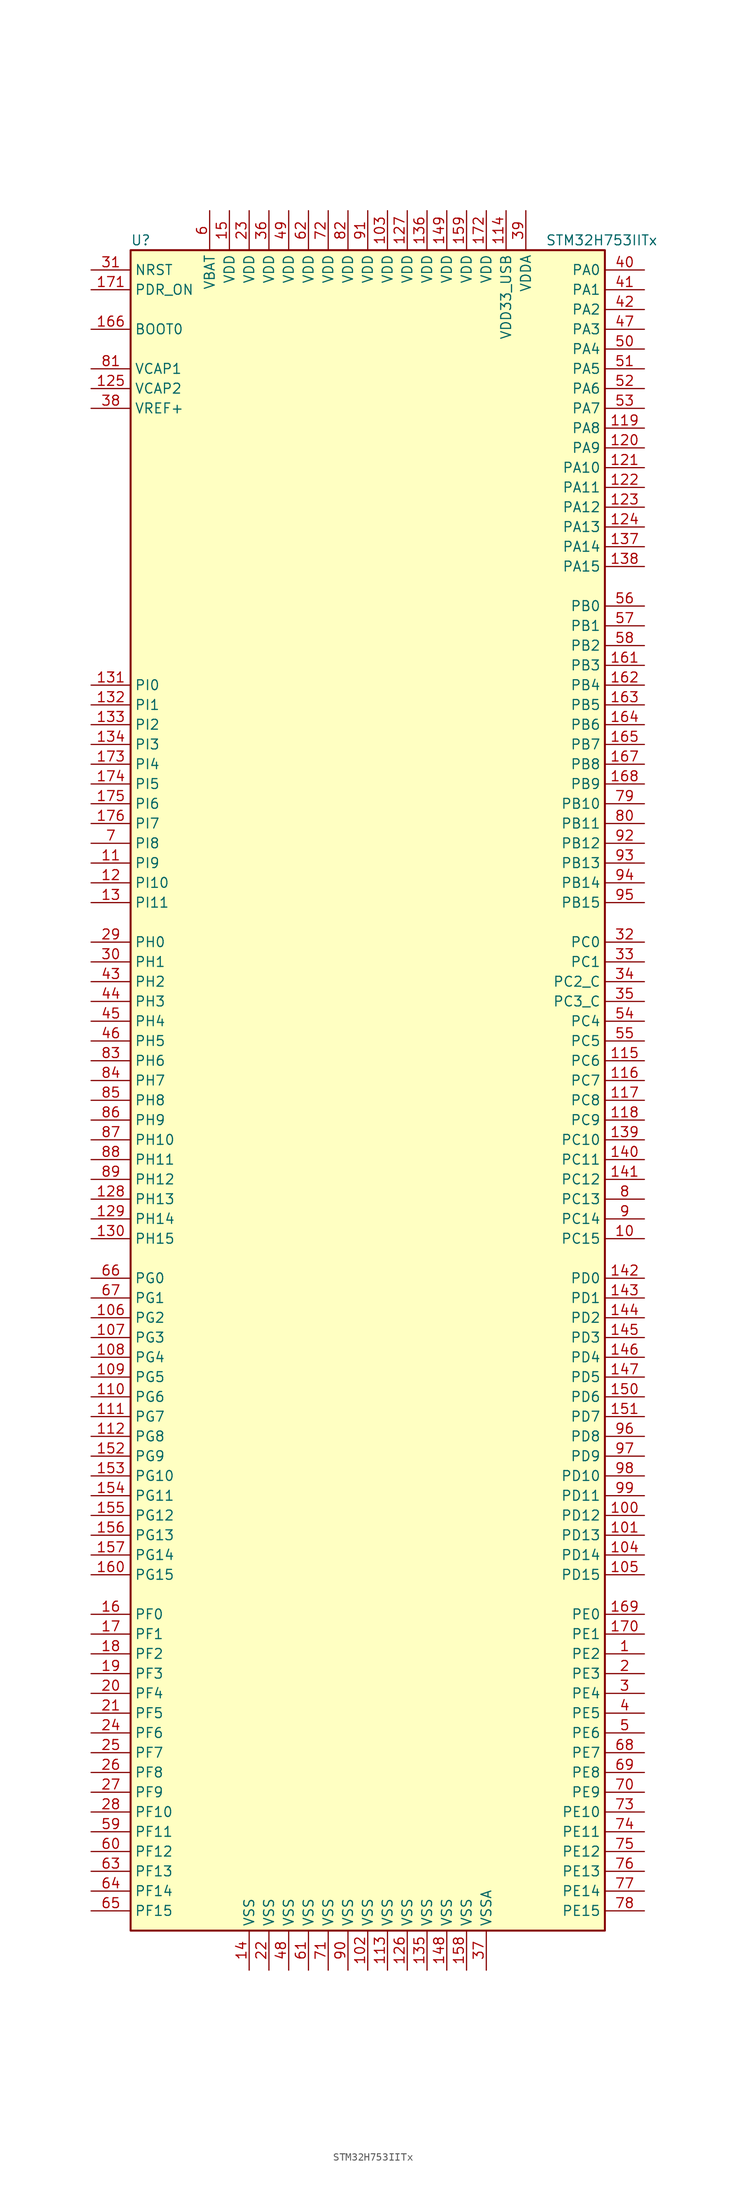
<source format=kicad_sym>
(kicad_symbol_lib
  (version 20201005)
  (generator kicad_symbol_editor)
  (symbol "MCU_ST_STM32H7:STM32H753IITx"
    (property "Reference" "U"
      (at -30.48 107.95 0)
      (effects (font (size 1.27 1.27)) (justify left)))
    (property "Value" "STM32H753IITx"
      (at 22.86 107.95 0)
      (effects (font (size 1.27 1.27)) (justify left)))
    (symbol "STM32H753IITx_0_1"
      (rectangle (start -30.48 -109.22) (end 30.48 106.68) (stroke (width 0.254)) (fill (type background))))
    (symbol "STM32H753IITx_1_1"
      (pin input line (at -35.56 96.52 0) (length 5.08) (name "BOOT0" (effects (font (size 1.27 1.27)))) (number "166" (effects (font (size 1.27 1.27)))))
      (pin input line (at -35.56 104.14 0) (length 5.08) (name "NRST" (effects (font (size 1.27 1.27)))) (number "31" (effects (font (size 1.27 1.27)))))
      (pin bidirectional line (at 35.56 104.14 180) (length 5.08) (name "PA0" (effects (font (size 1.27 1.27)))) (number "40" (effects (font (size 1.27 1.27)))))
      (pin bidirectional line (at 35.56 101.6 180) (length 5.08) (name "PA1" (effects (font (size 1.27 1.27)))) (number "41" (effects (font (size 1.27 1.27)))))
      (pin bidirectional line (at 35.56 78.74 180) (length 5.08) (name "PA10" (effects (font (size 1.27 1.27)))) (number "121" (effects (font (size 1.27 1.27)))))
      (pin bidirectional line (at 35.56 76.2 180) (length 5.08) (name "PA11" (effects (font (size 1.27 1.27)))) (number "122" (effects (font (size 1.27 1.27)))))
      (pin bidirectional line (at 35.56 73.66 180) (length 5.08) (name "PA12" (effects (font (size 1.27 1.27)))) (number "123" (effects (font (size 1.27 1.27)))))
      (pin bidirectional line (at 35.56 71.12 180) (length 5.08) (name "PA13" (effects (font (size 1.27 1.27)))) (number "124" (effects (font (size 1.27 1.27)))))
      (pin bidirectional line (at 35.56 68.58 180) (length 5.08) (name "PA14" (effects (font (size 1.27 1.27)))) (number "137" (effects (font (size 1.27 1.27)))))
      (pin bidirectional line (at 35.56 66.04 180) (length 5.08) (name "PA15" (effects (font (size 1.27 1.27)))) (number "138" (effects (font (size 1.27 1.27)))))
      (pin bidirectional line (at 35.56 99.06 180) (length 5.08) (name "PA2" (effects (font (size 1.27 1.27)))) (number "42" (effects (font (size 1.27 1.27)))))
      (pin bidirectional line (at 35.56 96.52 180) (length 5.08) (name "PA3" (effects (font (size 1.27 1.27)))) (number "47" (effects (font (size 1.27 1.27)))))
      (pin bidirectional line (at 35.56 93.98 180) (length 5.08) (name "PA4" (effects (font (size 1.27 1.27)))) (number "50" (effects (font (size 1.27 1.27)))))
      (pin bidirectional line (at 35.56 91.44 180) (length 5.08) (name "PA5" (effects (font (size 1.27 1.27)))) (number "51" (effects (font (size 1.27 1.27)))))
      (pin bidirectional line (at 35.56 88.9 180) (length 5.08) (name "PA6" (effects (font (size 1.27 1.27)))) (number "52" (effects (font (size 1.27 1.27)))))
      (pin bidirectional line (at 35.56 86.36 180) (length 5.08) (name "PA7" (effects (font (size 1.27 1.27)))) (number "53" (effects (font (size 1.27 1.27)))))
      (pin bidirectional line (at 35.56 83.82 180) (length 5.08) (name "PA8" (effects (font (size 1.27 1.27)))) (number "119" (effects (font (size 1.27 1.27)))))
      (pin bidirectional line (at 35.56 81.28 180) (length 5.08) (name "PA9" (effects (font (size 1.27 1.27)))) (number "120" (effects (font (size 1.27 1.27)))))
      (pin bidirectional line (at 35.56 60.96 180) (length 5.08) (name "PB0" (effects (font (size 1.27 1.27)))) (number "56" (effects (font (size 1.27 1.27)))))
      (pin bidirectional line (at 35.56 58.42 180) (length 5.08) (name "PB1" (effects (font (size 1.27 1.27)))) (number "57" (effects (font (size 1.27 1.27)))))
      (pin bidirectional line (at 35.56 35.56 180) (length 5.08) (name "PB10" (effects (font (size 1.27 1.27)))) (number "79" (effects (font (size 1.27 1.27)))))
      (pin bidirectional line (at 35.56 33.02 180) (length 5.08) (name "PB11" (effects (font (size 1.27 1.27)))) (number "80" (effects (font (size 1.27 1.27)))))
      (pin bidirectional line (at 35.56 30.48 180) (length 5.08) (name "PB12" (effects (font (size 1.27 1.27)))) (number "92" (effects (font (size 1.27 1.27)))))
      (pin bidirectional line (at 35.56 27.94 180) (length 5.08) (name "PB13" (effects (font (size 1.27 1.27)))) (number "93" (effects (font (size 1.27 1.27)))))
      (pin bidirectional line (at 35.56 25.4 180) (length 5.08) (name "PB14" (effects (font (size 1.27 1.27)))) (number "94" (effects (font (size 1.27 1.27)))))
      (pin bidirectional line (at 35.56 22.86 180) (length 5.08) (name "PB15" (effects (font (size 1.27 1.27)))) (number "95" (effects (font (size 1.27 1.27)))))
      (pin bidirectional line (at 35.56 55.88 180) (length 5.08) (name "PB2" (effects (font (size 1.27 1.27)))) (number "58" (effects (font (size 1.27 1.27)))))
      (pin bidirectional line (at 35.56 53.34 180) (length 5.08) (name "PB3" (effects (font (size 1.27 1.27)))) (number "161" (effects (font (size 1.27 1.27)))))
      (pin bidirectional line (at 35.56 50.8 180) (length 5.08) (name "PB4" (effects (font (size 1.27 1.27)))) (number "162" (effects (font (size 1.27 1.27)))))
      (pin bidirectional line (at 35.56 48.26 180) (length 5.08) (name "PB5" (effects (font (size 1.27 1.27)))) (number "163" (effects (font (size 1.27 1.27)))))
      (pin bidirectional line (at 35.56 45.72 180) (length 5.08) (name "PB6" (effects (font (size 1.27 1.27)))) (number "164" (effects (font (size 1.27 1.27)))))
      (pin bidirectional line (at 35.56 43.18 180) (length 5.08) (name "PB7" (effects (font (size 1.27 1.27)))) (number "165" (effects (font (size 1.27 1.27)))))
      (pin bidirectional line (at 35.56 40.64 180) (length 5.08) (name "PB8" (effects (font (size 1.27 1.27)))) (number "167" (effects (font (size 1.27 1.27)))))
      (pin bidirectional line (at 35.56 38.1 180) (length 5.08) (name "PB9" (effects (font (size 1.27 1.27)))) (number "168" (effects (font (size 1.27 1.27)))))
      (pin bidirectional line (at 35.56 17.78 180) (length 5.08) (name "PC0" (effects (font (size 1.27 1.27)))) (number "32" (effects (font (size 1.27 1.27)))))
      (pin bidirectional line (at 35.56 15.24 180) (length 5.08) (name "PC1" (effects (font (size 1.27 1.27)))) (number "33" (effects (font (size 1.27 1.27)))))
      (pin bidirectional line (at 35.56 -7.62 180) (length 5.08) (name "PC10" (effects (font (size 1.27 1.27)))) (number "139" (effects (font (size 1.27 1.27)))))
      (pin bidirectional line (at 35.56 -10.16 180) (length 5.08) (name "PC11" (effects (font (size 1.27 1.27)))) (number "140" (effects (font (size 1.27 1.27)))))
      (pin bidirectional line (at 35.56 -12.7 180) (length 5.08) (name "PC12" (effects (font (size 1.27 1.27)))) (number "141" (effects (font (size 1.27 1.27)))))
      (pin bidirectional line (at 35.56 -15.24 180) (length 5.08) (name "PC13" (effects (font (size 1.27 1.27)))) (number "8" (effects (font (size 1.27 1.27)))))
      (pin bidirectional line (at 35.56 -17.78 180) (length 5.08) (name "PC14" (effects (font (size 1.27 1.27)))) (number "9" (effects (font (size 1.27 1.27)))))
      (pin bidirectional line (at 35.56 -20.32 180) (length 5.08) (name "PC15" (effects (font (size 1.27 1.27)))) (number "10" (effects (font (size 1.27 1.27)))))
      (pin bidirectional line (at 35.56 12.7 180) (length 5.08) (name "PC2_C" (effects (font (size 1.27 1.27)))) (number "34" (effects (font (size 1.27 1.27)))))
      (pin bidirectional line (at 35.56 10.16 180) (length 5.08) (name "PC3_C" (effects (font (size 1.27 1.27)))) (number "35" (effects (font (size 1.27 1.27)))))
      (pin bidirectional line (at 35.56 7.62 180) (length 5.08) (name "PC4" (effects (font (size 1.27 1.27)))) (number "54" (effects (font (size 1.27 1.27)))))
      (pin bidirectional line (at 35.56 5.08 180) (length 5.08) (name "PC5" (effects (font (size 1.27 1.27)))) (number "55" (effects (font (size 1.27 1.27)))))
      (pin bidirectional line (at 35.56 2.54 180) (length 5.08) (name "PC6" (effects (font (size 1.27 1.27)))) (number "115" (effects (font (size 1.27 1.27)))))
      (pin bidirectional line (at 35.56 0 180) (length 5.08) (name "PC7" (effects (font (size 1.27 1.27)))) (number "116" (effects (font (size 1.27 1.27)))))
      (pin bidirectional line (at 35.56 -2.54 180) (length 5.08) (name "PC8" (effects (font (size 1.27 1.27)))) (number "117" (effects (font (size 1.27 1.27)))))
      (pin bidirectional line (at 35.56 -5.08 180) (length 5.08) (name "PC9" (effects (font (size 1.27 1.27)))) (number "118" (effects (font (size 1.27 1.27)))))
      (pin bidirectional line (at 35.56 -25.4 180) (length 5.08) (name "PD0" (effects (font (size 1.27 1.27)))) (number "142" (effects (font (size 1.27 1.27)))))
      (pin bidirectional line (at 35.56 -27.94 180) (length 5.08) (name "PD1" (effects (font (size 1.27 1.27)))) (number "143" (effects (font (size 1.27 1.27)))))
      (pin bidirectional line (at 35.56 -50.8 180) (length 5.08) (name "PD10" (effects (font (size 1.27 1.27)))) (number "98" (effects (font (size 1.27 1.27)))))
      (pin bidirectional line (at 35.56 -53.34 180) (length 5.08) (name "PD11" (effects (font (size 1.27 1.27)))) (number "99" (effects (font (size 1.27 1.27)))))
      (pin bidirectional line (at 35.56 -55.88 180) (length 5.08) (name "PD12" (effects (font (size 1.27 1.27)))) (number "100" (effects (font (size 1.27 1.27)))))
      (pin bidirectional line (at 35.56 -58.42 180) (length 5.08) (name "PD13" (effects (font (size 1.27 1.27)))) (number "101" (effects (font (size 1.27 1.27)))))
      (pin bidirectional line (at 35.56 -60.96 180) (length 5.08) (name "PD14" (effects (font (size 1.27 1.27)))) (number "104" (effects (font (size 1.27 1.27)))))
      (pin bidirectional line (at 35.56 -63.5 180) (length 5.08) (name "PD15" (effects (font (size 1.27 1.27)))) (number "105" (effects (font (size 1.27 1.27)))))
      (pin bidirectional line (at 35.56 -30.48 180) (length 5.08) (name "PD2" (effects (font (size 1.27 1.27)))) (number "144" (effects (font (size 1.27 1.27)))))
      (pin bidirectional line (at 35.56 -33.02 180) (length 5.08) (name "PD3" (effects (font (size 1.27 1.27)))) (number "145" (effects (font (size 1.27 1.27)))))
      (pin bidirectional line (at 35.56 -35.56 180) (length 5.08) (name "PD4" (effects (font (size 1.27 1.27)))) (number "146" (effects (font (size 1.27 1.27)))))
      (pin bidirectional line (at 35.56 -38.1 180) (length 5.08) (name "PD5" (effects (font (size 1.27 1.27)))) (number "147" (effects (font (size 1.27 1.27)))))
      (pin bidirectional line (at 35.56 -40.64 180) (length 5.08) (name "PD6" (effects (font (size 1.27 1.27)))) (number "150" (effects (font (size 1.27 1.27)))))
      (pin bidirectional line (at 35.56 -43.18 180) (length 5.08) (name "PD7" (effects (font (size 1.27 1.27)))) (number "151" (effects (font (size 1.27 1.27)))))
      (pin bidirectional line (at 35.56 -45.72 180) (length 5.08) (name "PD8" (effects (font (size 1.27 1.27)))) (number "96" (effects (font (size 1.27 1.27)))))
      (pin bidirectional line (at 35.56 -48.26 180) (length 5.08) (name "PD9" (effects (font (size 1.27 1.27)))) (number "97" (effects (font (size 1.27 1.27)))))
      (pin input line (at -35.56 101.6 0) (length 5.08) (name "PDR_ON" (effects (font (size 1.27 1.27)))) (number "171" (effects (font (size 1.27 1.27)))))
      (pin bidirectional line (at 35.56 -68.58 180) (length 5.08) (name "PE0" (effects (font (size 1.27 1.27)))) (number "169" (effects (font (size 1.27 1.27)))))
      (pin bidirectional line (at 35.56 -71.12 180) (length 5.08) (name "PE1" (effects (font (size 1.27 1.27)))) (number "170" (effects (font (size 1.27 1.27)))))
      (pin bidirectional line (at 35.56 -93.98 180) (length 5.08) (name "PE10" (effects (font (size 1.27 1.27)))) (number "73" (effects (font (size 1.27 1.27)))))
      (pin bidirectional line (at 35.56 -96.52 180) (length 5.08) (name "PE11" (effects (font (size 1.27 1.27)))) (number "74" (effects (font (size 1.27 1.27)))))
      (pin bidirectional line (at 35.56 -99.06 180) (length 5.08) (name "PE12" (effects (font (size 1.27 1.27)))) (number "75" (effects (font (size 1.27 1.27)))))
      (pin bidirectional line (at 35.56 -101.6 180) (length 5.08) (name "PE13" (effects (font (size 1.27 1.27)))) (number "76" (effects (font (size 1.27 1.27)))))
      (pin bidirectional line (at 35.56 -104.14 180) (length 5.08) (name "PE14" (effects (font (size 1.27 1.27)))) (number "77" (effects (font (size 1.27 1.27)))))
      (pin bidirectional line (at 35.56 -106.68 180) (length 5.08) (name "PE15" (effects (font (size 1.27 1.27)))) (number "78" (effects (font (size 1.27 1.27)))))
      (pin bidirectional line (at 35.56 -73.66 180) (length 5.08) (name "PE2" (effects (font (size 1.27 1.27)))) (number "1" (effects (font (size 1.27 1.27)))))
      (pin bidirectional line (at 35.56 -76.2 180) (length 5.08) (name "PE3" (effects (font (size 1.27 1.27)))) (number "2" (effects (font (size 1.27 1.27)))))
      (pin bidirectional line (at 35.56 -78.74 180) (length 5.08) (name "PE4" (effects (font (size 1.27 1.27)))) (number "3" (effects (font (size 1.27 1.27)))))
      (pin bidirectional line (at 35.56 -81.28 180) (length 5.08) (name "PE5" (effects (font (size 1.27 1.27)))) (number "4" (effects (font (size 1.27 1.27)))))
      (pin bidirectional line (at 35.56 -83.82 180) (length 5.08) (name "PE6" (effects (font (size 1.27 1.27)))) (number "5" (effects (font (size 1.27 1.27)))))
      (pin bidirectional line (at 35.56 -86.36 180) (length 5.08) (name "PE7" (effects (font (size 1.27 1.27)))) (number "68" (effects (font (size 1.27 1.27)))))
      (pin bidirectional line (at 35.56 -88.9 180) (length 5.08) (name "PE8" (effects (font (size 1.27 1.27)))) (number "69" (effects (font (size 1.27 1.27)))))
      (pin bidirectional line (at 35.56 -91.44 180) (length 5.08) (name "PE9" (effects (font (size 1.27 1.27)))) (number "70" (effects (font (size 1.27 1.27)))))
      (pin bidirectional line (at -35.56 -68.58 0) (length 5.08) (name "PF0" (effects (font (size 1.27 1.27)))) (number "16" (effects (font (size 1.27 1.27)))))
      (pin bidirectional line (at -35.56 -71.12 0) (length 5.08) (name "PF1" (effects (font (size 1.27 1.27)))) (number "17" (effects (font (size 1.27 1.27)))))
      (pin bidirectional line (at -35.56 -93.98 0) (length 5.08) (name "PF10" (effects (font (size 1.27 1.27)))) (number "28" (effects (font (size 1.27 1.27)))))
      (pin bidirectional line (at -35.56 -96.52 0) (length 5.08) (name "PF11" (effects (font (size 1.27 1.27)))) (number "59" (effects (font (size 1.27 1.27)))))
      (pin bidirectional line (at -35.56 -99.06 0) (length 5.08) (name "PF12" (effects (font (size 1.27 1.27)))) (number "60" (effects (font (size 1.27 1.27)))))
      (pin bidirectional line (at -35.56 -101.6 0) (length 5.08) (name "PF13" (effects (font (size 1.27 1.27)))) (number "63" (effects (font (size 1.27 1.27)))))
      (pin bidirectional line (at -35.56 -104.14 0) (length 5.08) (name "PF14" (effects (font (size 1.27 1.27)))) (number "64" (effects (font (size 1.27 1.27)))))
      (pin bidirectional line (at -35.56 -106.68 0) (length 5.08) (name "PF15" (effects (font (size 1.27 1.27)))) (number "65" (effects (font (size 1.27 1.27)))))
      (pin bidirectional line (at -35.56 -73.66 0) (length 5.08) (name "PF2" (effects (font (size 1.27 1.27)))) (number "18" (effects (font (size 1.27 1.27)))))
      (pin bidirectional line (at -35.56 -76.2 0) (length 5.08) (name "PF3" (effects (font (size 1.27 1.27)))) (number "19" (effects (font (size 1.27 1.27)))))
      (pin bidirectional line (at -35.56 -78.74 0) (length 5.08) (name "PF4" (effects (font (size 1.27 1.27)))) (number "20" (effects (font (size 1.27 1.27)))))
      (pin bidirectional line (at -35.56 -81.28 0) (length 5.08) (name "PF5" (effects (font (size 1.27 1.27)))) (number "21" (effects (font (size 1.27 1.27)))))
      (pin bidirectional line (at -35.56 -83.82 0) (length 5.08) (name "PF6" (effects (font (size 1.27 1.27)))) (number "24" (effects (font (size 1.27 1.27)))))
      (pin bidirectional line (at -35.56 -86.36 0) (length 5.08) (name "PF7" (effects (font (size 1.27 1.27)))) (number "25" (effects (font (size 1.27 1.27)))))
      (pin bidirectional line (at -35.56 -88.9 0) (length 5.08) (name "PF8" (effects (font (size 1.27 1.27)))) (number "26" (effects (font (size 1.27 1.27)))))
      (pin bidirectional line (at -35.56 -91.44 0) (length 5.08) (name "PF9" (effects (font (size 1.27 1.27)))) (number "27" (effects (font (size 1.27 1.27)))))
      (pin bidirectional line (at -35.56 -25.4 0) (length 5.08) (name "PG0" (effects (font (size 1.27 1.27)))) (number "66" (effects (font (size 1.27 1.27)))))
      (pin bidirectional line (at -35.56 -27.94 0) (length 5.08) (name "PG1" (effects (font (size 1.27 1.27)))) (number "67" (effects (font (size 1.27 1.27)))))
      (pin bidirectional line (at -35.56 -50.8 0) (length 5.08) (name "PG10" (effects (font (size 1.27 1.27)))) (number "153" (effects (font (size 1.27 1.27)))))
      (pin bidirectional line (at -35.56 -53.34 0) (length 5.08) (name "PG11" (effects (font (size 1.27 1.27)))) (number "154" (effects (font (size 1.27 1.27)))))
      (pin bidirectional line (at -35.56 -55.88 0) (length 5.08) (name "PG12" (effects (font (size 1.27 1.27)))) (number "155" (effects (font (size 1.27 1.27)))))
      (pin bidirectional line (at -35.56 -58.42 0) (length 5.08) (name "PG13" (effects (font (size 1.27 1.27)))) (number "156" (effects (font (size 1.27 1.27)))))
      (pin bidirectional line (at -35.56 -60.96 0) (length 5.08) (name "PG14" (effects (font (size 1.27 1.27)))) (number "157" (effects (font (size 1.27 1.27)))))
      (pin bidirectional line (at -35.56 -63.5 0) (length 5.08) (name "PG15" (effects (font (size 1.27 1.27)))) (number "160" (effects (font (size 1.27 1.27)))))
      (pin bidirectional line (at -35.56 -30.48 0) (length 5.08) (name "PG2" (effects (font (size 1.27 1.27)))) (number "106" (effects (font (size 1.27 1.27)))))
      (pin bidirectional line (at -35.56 -33.02 0) (length 5.08) (name "PG3" (effects (font (size 1.27 1.27)))) (number "107" (effects (font (size 1.27 1.27)))))
      (pin bidirectional line (at -35.56 -35.56 0) (length 5.08) (name "PG4" (effects (font (size 1.27 1.27)))) (number "108" (effects (font (size 1.27 1.27)))))
      (pin bidirectional line (at -35.56 -38.1 0) (length 5.08) (name "PG5" (effects (font (size 1.27 1.27)))) (number "109" (effects (font (size 1.27 1.27)))))
      (pin bidirectional line (at -35.56 -40.64 0) (length 5.08) (name "PG6" (effects (font (size 1.27 1.27)))) (number "110" (effects (font (size 1.27 1.27)))))
      (pin bidirectional line (at -35.56 -43.18 0) (length 5.08) (name "PG7" (effects (font (size 1.27 1.27)))) (number "111" (effects (font (size 1.27 1.27)))))
      (pin bidirectional line (at -35.56 -45.72 0) (length 5.08) (name "PG8" (effects (font (size 1.27 1.27)))) (number "112" (effects (font (size 1.27 1.27)))))
      (pin bidirectional line (at -35.56 -48.26 0) (length 5.08) (name "PG9" (effects (font (size 1.27 1.27)))) (number "152" (effects (font (size 1.27 1.27)))))
      (pin input line (at -35.56 17.78 0) (length 5.08) (name "PH0" (effects (font (size 1.27 1.27)))) (number "29" (effects (font (size 1.27 1.27)))))
      (pin input line (at -35.56 15.24 0) (length 5.08) (name "PH1" (effects (font (size 1.27 1.27)))) (number "30" (effects (font (size 1.27 1.27)))))
      (pin bidirectional line (at -35.56 -7.62 0) (length 5.08) (name "PH10" (effects (font (size 1.27 1.27)))) (number "87" (effects (font (size 1.27 1.27)))))
      (pin bidirectional line (at -35.56 -10.16 0) (length 5.08) (name "PH11" (effects (font (size 1.27 1.27)))) (number "88" (effects (font (size 1.27 1.27)))))
      (pin bidirectional line (at -35.56 -12.7 0) (length 5.08) (name "PH12" (effects (font (size 1.27 1.27)))) (number "89" (effects (font (size 1.27 1.27)))))
      (pin bidirectional line (at -35.56 -15.24 0) (length 5.08) (name "PH13" (effects (font (size 1.27 1.27)))) (number "128" (effects (font (size 1.27 1.27)))))
      (pin bidirectional line (at -35.56 -17.78 0) (length 5.08) (name "PH14" (effects (font (size 1.27 1.27)))) (number "129" (effects (font (size 1.27 1.27)))))
      (pin bidirectional line (at -35.56 -20.32 0) (length 5.08) (name "PH15" (effects (font (size 1.27 1.27)))) (number "130" (effects (font (size 1.27 1.27)))))
      (pin bidirectional line (at -35.56 12.7 0) (length 5.08) (name "PH2" (effects (font (size 1.27 1.27)))) (number "43" (effects (font (size 1.27 1.27)))))
      (pin bidirectional line (at -35.56 10.16 0) (length 5.08) (name "PH3" (effects (font (size 1.27 1.27)))) (number "44" (effects (font (size 1.27 1.27)))))
      (pin bidirectional line (at -35.56 7.62 0) (length 5.08) (name "PH4" (effects (font (size 1.27 1.27)))) (number "45" (effects (font (size 1.27 1.27)))))
      (pin bidirectional line (at -35.56 5.08 0) (length 5.08) (name "PH5" (effects (font (size 1.27 1.27)))) (number "46" (effects (font (size 1.27 1.27)))))
      (pin bidirectional line (at -35.56 2.54 0) (length 5.08) (name "PH6" (effects (font (size 1.27 1.27)))) (number "83" (effects (font (size 1.27 1.27)))))
      (pin bidirectional line (at -35.56 0 0) (length 5.08) (name "PH7" (effects (font (size 1.27 1.27)))) (number "84" (effects (font (size 1.27 1.27)))))
      (pin bidirectional line (at -35.56 -2.54 0) (length 5.08) (name "PH8" (effects (font (size 1.27 1.27)))) (number "85" (effects (font (size 1.27 1.27)))))
      (pin bidirectional line (at -35.56 -5.08 0) (length 5.08) (name "PH9" (effects (font (size 1.27 1.27)))) (number "86" (effects (font (size 1.27 1.27)))))
      (pin bidirectional line (at -35.56 50.8 0) (length 5.08) (name "PI0" (effects (font (size 1.27 1.27)))) (number "131" (effects (font (size 1.27 1.27)))))
      (pin bidirectional line (at -35.56 48.26 0) (length 5.08) (name "PI1" (effects (font (size 1.27 1.27)))) (number "132" (effects (font (size 1.27 1.27)))))
      (pin bidirectional line (at -35.56 25.4 0) (length 5.08) (name "PI10" (effects (font (size 1.27 1.27)))) (number "12" (effects (font (size 1.27 1.27)))))
      (pin bidirectional line (at -35.56 22.86 0) (length 5.08) (name "PI11" (effects (font (size 1.27 1.27)))) (number "13" (effects (font (size 1.27 1.27)))))
      (pin bidirectional line (at -35.56 45.72 0) (length 5.08) (name "PI2" (effects (font (size 1.27 1.27)))) (number "133" (effects (font (size 1.27 1.27)))))
      (pin bidirectional line (at -35.56 43.18 0) (length 5.08) (name "PI3" (effects (font (size 1.27 1.27)))) (number "134" (effects (font (size 1.27 1.27)))))
      (pin bidirectional line (at -35.56 40.64 0) (length 5.08) (name "PI4" (effects (font (size 1.27 1.27)))) (number "173" (effects (font (size 1.27 1.27)))))
      (pin bidirectional line (at -35.56 38.1 0) (length 5.08) (name "PI5" (effects (font (size 1.27 1.27)))) (number "174" (effects (font (size 1.27 1.27)))))
      (pin bidirectional line (at -35.56 35.56 0) (length 5.08) (name "PI6" (effects (font (size 1.27 1.27)))) (number "175" (effects (font (size 1.27 1.27)))))
      (pin bidirectional line (at -35.56 33.02 0) (length 5.08) (name "PI7" (effects (font (size 1.27 1.27)))) (number "176" (effects (font (size 1.27 1.27)))))
      (pin bidirectional line (at -35.56 30.48 0) (length 5.08) (name "PI8" (effects (font (size 1.27 1.27)))) (number "7" (effects (font (size 1.27 1.27)))))
      (pin bidirectional line (at -35.56 27.94 0) (length 5.08) (name "PI9" (effects (font (size 1.27 1.27)))) (number "11" (effects (font (size 1.27 1.27)))))
      (pin power_in line (at -20.32 111.76 270) (length 5.08) (name "VBAT" (effects (font (size 1.27 1.27)))) (number "6" (effects (font (size 1.27 1.27)))))
      (pin power_in line (at -35.56 91.44 0) (length 5.08) (name "VCAP1" (effects (font (size 1.27 1.27)))) (number "81" (effects (font (size 1.27 1.27)))))
      (pin power_in line (at -35.56 88.9 0) (length 5.08) (name "VCAP2" (effects (font (size 1.27 1.27)))) (number "125" (effects (font (size 1.27 1.27)))))
      (pin power_in line (at 2.54 111.76 270) (length 5.08) (name "VDD" (effects (font (size 1.27 1.27)))) (number "103" (effects (font (size 1.27 1.27)))))
      (pin power_in line (at 5.08 111.76 270) (length 5.08) (name "VDD" (effects (font (size 1.27 1.27)))) (number "127" (effects (font (size 1.27 1.27)))))
      (pin power_in line (at 7.62 111.76 270) (length 5.08) (name "VDD" (effects (font (size 1.27 1.27)))) (number "136" (effects (font (size 1.27 1.27)))))
      (pin power_in line (at 10.16 111.76 270) (length 5.08) (name "VDD" (effects (font (size 1.27 1.27)))) (number "149" (effects (font (size 1.27 1.27)))))
      (pin power_in line (at -17.78 111.76 270) (length 5.08) (name "VDD" (effects (font (size 1.27 1.27)))) (number "15" (effects (font (size 1.27 1.27)))))
      (pin power_in line (at 12.7 111.76 270) (length 5.08) (name "VDD" (effects (font (size 1.27 1.27)))) (number "159" (effects (font (size 1.27 1.27)))))
      (pin power_in line (at 15.24 111.76 270) (length 5.08) (name "VDD" (effects (font (size 1.27 1.27)))) (number "172" (effects (font (size 1.27 1.27)))))
      (pin power_in line (at -15.24 111.76 270) (length 5.08) (name "VDD" (effects (font (size 1.27 1.27)))) (number "23" (effects (font (size 1.27 1.27)))))
      (pin power_in line (at -12.7 111.76 270) (length 5.08) (name "VDD" (effects (font (size 1.27 1.27)))) (number "36" (effects (font (size 1.27 1.27)))))
      (pin power_in line (at -10.16 111.76 270) (length 5.08) (name "VDD" (effects (font (size 1.27 1.27)))) (number "49" (effects (font (size 1.27 1.27)))))
      (pin power_in line (at -7.62 111.76 270) (length 5.08) (name "VDD" (effects (font (size 1.27 1.27)))) (number "62" (effects (font (size 1.27 1.27)))))
      (pin power_in line (at -5.08 111.76 270) (length 5.08) (name "VDD" (effects (font (size 1.27 1.27)))) (number "72" (effects (font (size 1.27 1.27)))))
      (pin power_in line (at -2.54 111.76 270) (length 5.08) (name "VDD" (effects (font (size 1.27 1.27)))) (number "82" (effects (font (size 1.27 1.27)))))
      (pin power_in line (at 0 111.76 270) (length 5.08) (name "VDD" (effects (font (size 1.27 1.27)))) (number "91" (effects (font (size 1.27 1.27)))))
      (pin power_in line (at 17.78 111.76 270) (length 5.08) (name "VDD33_USB" (effects (font (size 1.27 1.27)))) (number "114" (effects (font (size 1.27 1.27)))))
      (pin power_in line (at 20.32 111.76 270) (length 5.08) (name "VDDA" (effects (font (size 1.27 1.27)))) (number "39" (effects (font (size 1.27 1.27)))))
      (pin bidirectional line (at -35.56 86.36 0) (length 5.08) (name "VREF+" (effects (font (size 1.27 1.27)))) (number "38" (effects (font (size 1.27 1.27)))))
      (pin power_in line (at 0 -114.3 90) (length 5.08) (name "VSS" (effects (font (size 1.27 1.27)))) (number "102" (effects (font (size 1.27 1.27)))))
      (pin power_in line (at 2.54 -114.3 90) (length 5.08) (name "VSS" (effects (font (size 1.27 1.27)))) (number "113" (effects (font (size 1.27 1.27)))))
      (pin power_in line (at 5.08 -114.3 90) (length 5.08) (name "VSS" (effects (font (size 1.27 1.27)))) (number "126" (effects (font (size 1.27 1.27)))))
      (pin power_in line (at 7.62 -114.3 90) (length 5.08) (name "VSS" (effects (font (size 1.27 1.27)))) (number "135" (effects (font (size 1.27 1.27)))))
      (pin power_in line (at -15.24 -114.3 90) (length 5.08) (name "VSS" (effects (font (size 1.27 1.27)))) (number "14" (effects (font (size 1.27 1.27)))))
      (pin power_in line (at 10.16 -114.3 90) (length 5.08) (name "VSS" (effects (font (size 1.27 1.27)))) (number "148" (effects (font (size 1.27 1.27)))))
      (pin power_in line (at 12.7 -114.3 90) (length 5.08) (name "VSS" (effects (font (size 1.27 1.27)))) (number "158" (effects (font (size 1.27 1.27)))))
      (pin power_in line (at -12.7 -114.3 90) (length 5.08) (name "VSS" (effects (font (size 1.27 1.27)))) (number "22" (effects (font (size 1.27 1.27)))))
      (pin power_in line (at -10.16 -114.3 90) (length 5.08) (name "VSS" (effects (font (size 1.27 1.27)))) (number "48" (effects (font (size 1.27 1.27)))))
      (pin power_in line (at -7.62 -114.3 90) (length 5.08) (name "VSS" (effects (font (size 1.27 1.27)))) (number "61" (effects (font (size 1.27 1.27)))))
      (pin power_in line (at -5.08 -114.3 90) (length 5.08) (name "VSS" (effects (font (size 1.27 1.27)))) (number "71" (effects (font (size 1.27 1.27)))))
      (pin power_in line (at -2.54 -114.3 90) (length 5.08) (name "VSS" (effects (font (size 1.27 1.27)))) (number "90" (effects (font (size 1.27 1.27)))))
      (pin power_in line (at 15.24 -114.3 90) (length 5.08) (name "VSSA" (effects (font (size 1.27 1.27)))) (number "37" (effects (font (size 1.27 1.27))))))))
</source>
